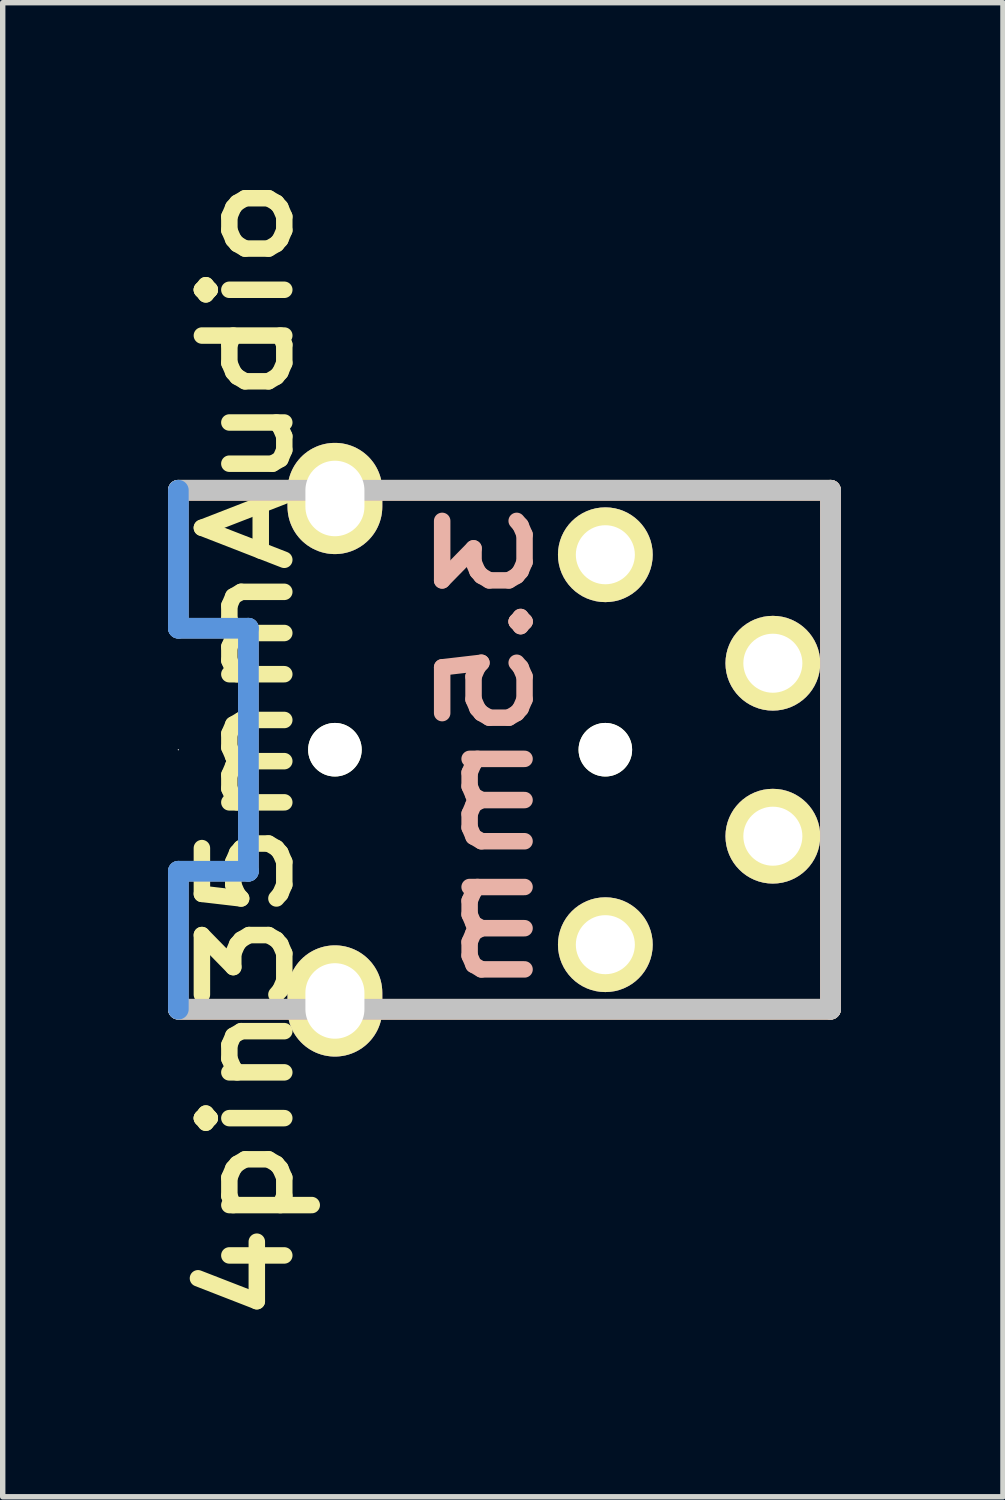
<source format=kicad_pcb>
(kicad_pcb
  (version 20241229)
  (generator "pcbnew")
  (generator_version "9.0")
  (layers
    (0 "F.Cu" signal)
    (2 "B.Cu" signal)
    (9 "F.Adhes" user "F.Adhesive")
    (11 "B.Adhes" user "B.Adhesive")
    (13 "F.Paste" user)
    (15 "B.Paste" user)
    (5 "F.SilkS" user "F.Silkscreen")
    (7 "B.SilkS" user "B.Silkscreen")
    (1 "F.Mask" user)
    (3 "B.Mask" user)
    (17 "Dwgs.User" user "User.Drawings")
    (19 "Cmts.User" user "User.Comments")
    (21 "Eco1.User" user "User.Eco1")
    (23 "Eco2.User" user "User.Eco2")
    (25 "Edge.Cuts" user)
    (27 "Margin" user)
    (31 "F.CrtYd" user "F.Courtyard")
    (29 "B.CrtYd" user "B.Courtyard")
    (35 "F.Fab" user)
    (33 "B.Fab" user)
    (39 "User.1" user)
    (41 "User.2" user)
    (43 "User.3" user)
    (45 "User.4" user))
  (footprint "4pin35mmAudio"
    (layer "F.Cu")
    (at 0.25 10.82)
    (property "Reference" "4pin35mmAudio" (at 1.27 0 90) (layer "F.SilkS") (effects (font (size 1.524 1.778) (thickness 0.305))))
    (attr through_hole)
    (fp_line (start 0 -4.801) (end 12.065 -4.801) (stroke (width 0.381) (type solid)) (layer "F.SilkS"))
    (fp_line (start 12.065 -4.801) (end 12.065 4.801) (stroke (width 0.381) (type solid)) (layer "F.SilkS"))
    (fp_line (start 12.065 4.801) (end 0 4.801) (stroke (width 0.381) (type solid)) (layer "F.SilkS"))
    (fp_line (start 0 -4.801) (end 12.065 -4.801) (stroke (width 0.381) (type solid)) (layer "B.SilkS"))
    (fp_line (start 12.065 -4.801) (end 12.065 4.801) (stroke (width 0.381) (type solid)) (layer "B.SilkS"))
    (fp_line (start 12.065 4.801) (end 0 4.801) (stroke (width 0.381) (type solid)) (layer "B.SilkS"))
    (fp_line (start 0 -4.801) (end 0 -2.248) (stroke (width 0.381) (type solid)) (layer "Dwgs.User"))
    (fp_line (start 0 -2.248) (end 1.295 -2.248) (stroke (width 0.381) (type solid)) (layer "Dwgs.User"))
    (fp_line (start 0 0) (end 0 0) (stroke (width 0.025) (type solid)) (layer "Dwgs.User"))
    (fp_line (start 0 2.248) (end 0 4.801) (stroke (width 0.381) (type solid)) (layer "Dwgs.User"))
    (fp_line (start 0 4.801) (end 12.065 4.801) (stroke (width 0.381) (type solid)) (layer "Dwgs.User"))
    (fp_line (start 1.295 -2.248) (end 1.295 2.248) (stroke (width 0.381) (type solid)) (layer "Dwgs.User"))
    (fp_line (start 1.295 2.248) (end 0 2.248) (stroke (width 0.381) (type solid)) (layer "Dwgs.User"))
    (fp_line (start 12.065 -4.801) (end 0 -4.801) (stroke (width 0.381) (type solid)) (layer "Dwgs.User"))
    (fp_line (start 12.065 4.801) (end 12.065 -4.801) (stroke (width 0.381) (type solid)) (layer "Dwgs.User"))
    (fp_line (start 0 -2.248) (end 0 -4.801) (stroke (width 0.381) (type solid)) (layer "Cmts.User"))
    (fp_line (start 0 -2.248) (end 1.295 -2.248) (stroke (width 0.381) (type solid)) (layer "Cmts.User"))
    (fp_line (start 0 4.801) (end 0 2.248) (stroke (width 0.381) (type solid)) (layer "Cmts.User"))
    (fp_line (start 1.295 -2.248) (end 1.295 2.248) (stroke (width 0.381) (type solid)) (layer "Cmts.User"))
    (fp_line (start 1.295 2.248) (end 0 2.248) (stroke (width 0.381) (type solid)) (layer "Cmts.User"))
    (fp_text user "3.5mm" (at 5.715 0 90) (layer "B.SilkS") (effects (font (size 1.524 1.778) (thickness 0.305)) (justify mirror)))
    (pad "" np_thru_hole circle (at 2.896 0) (size 0.991 0.991) (drill 0.991) (layers "*.Cu" "*.Mask" "F.SilkS"))
    (pad "" np_thru_hole circle (at 7.899 0) (size 0.991 0.991) (drill 0.991) (layers "*.Cu" "*.Mask" "F.SilkS"))
    (pad "1" thru_hole oval (at 2.896 -4.648) (size 1.753 2.057) (drill oval 1.092 1.397) (layers "*.Cu" "*.Mask" "F.SilkS"))
    (pad "1" thru_hole oval (at 2.896 4.648) (size 1.753 2.057) (drill oval 1.092 1.397) (layers "*.Cu" "*.Mask" "F.SilkS"))
    (pad "2" thru_hole circle (at 7.899 -3.607) (size 1.753 1.753) (drill 1.092) (layers "*.Cu" "*.Mask" "F.SilkS"))
    (pad "2" thru_hole circle (at 7.899 3.607) (size 1.753 1.753) (drill 1.092) (layers "*.Cu" "*.Mask" "F.SilkS"))
    (pad "3" thru_hole circle (at 10.998 -1.6) (size 1.753 1.753) (drill 1.092) (layers "*.Cu" "*.Mask" "F.SilkS"))
    (pad "3" thru_hole circle (at 10.998 1.6) (size 1.753 1.753) (drill 1.092) (layers "*.Cu" "*.Mask" "F.SilkS")))
  (gr_rect
    (start -3 -3)
    (end 15.505 24.641)
    (stroke (width 0.1) (type default))
    (fill no)
    (layer "Edge.Cuts")))
</source>
